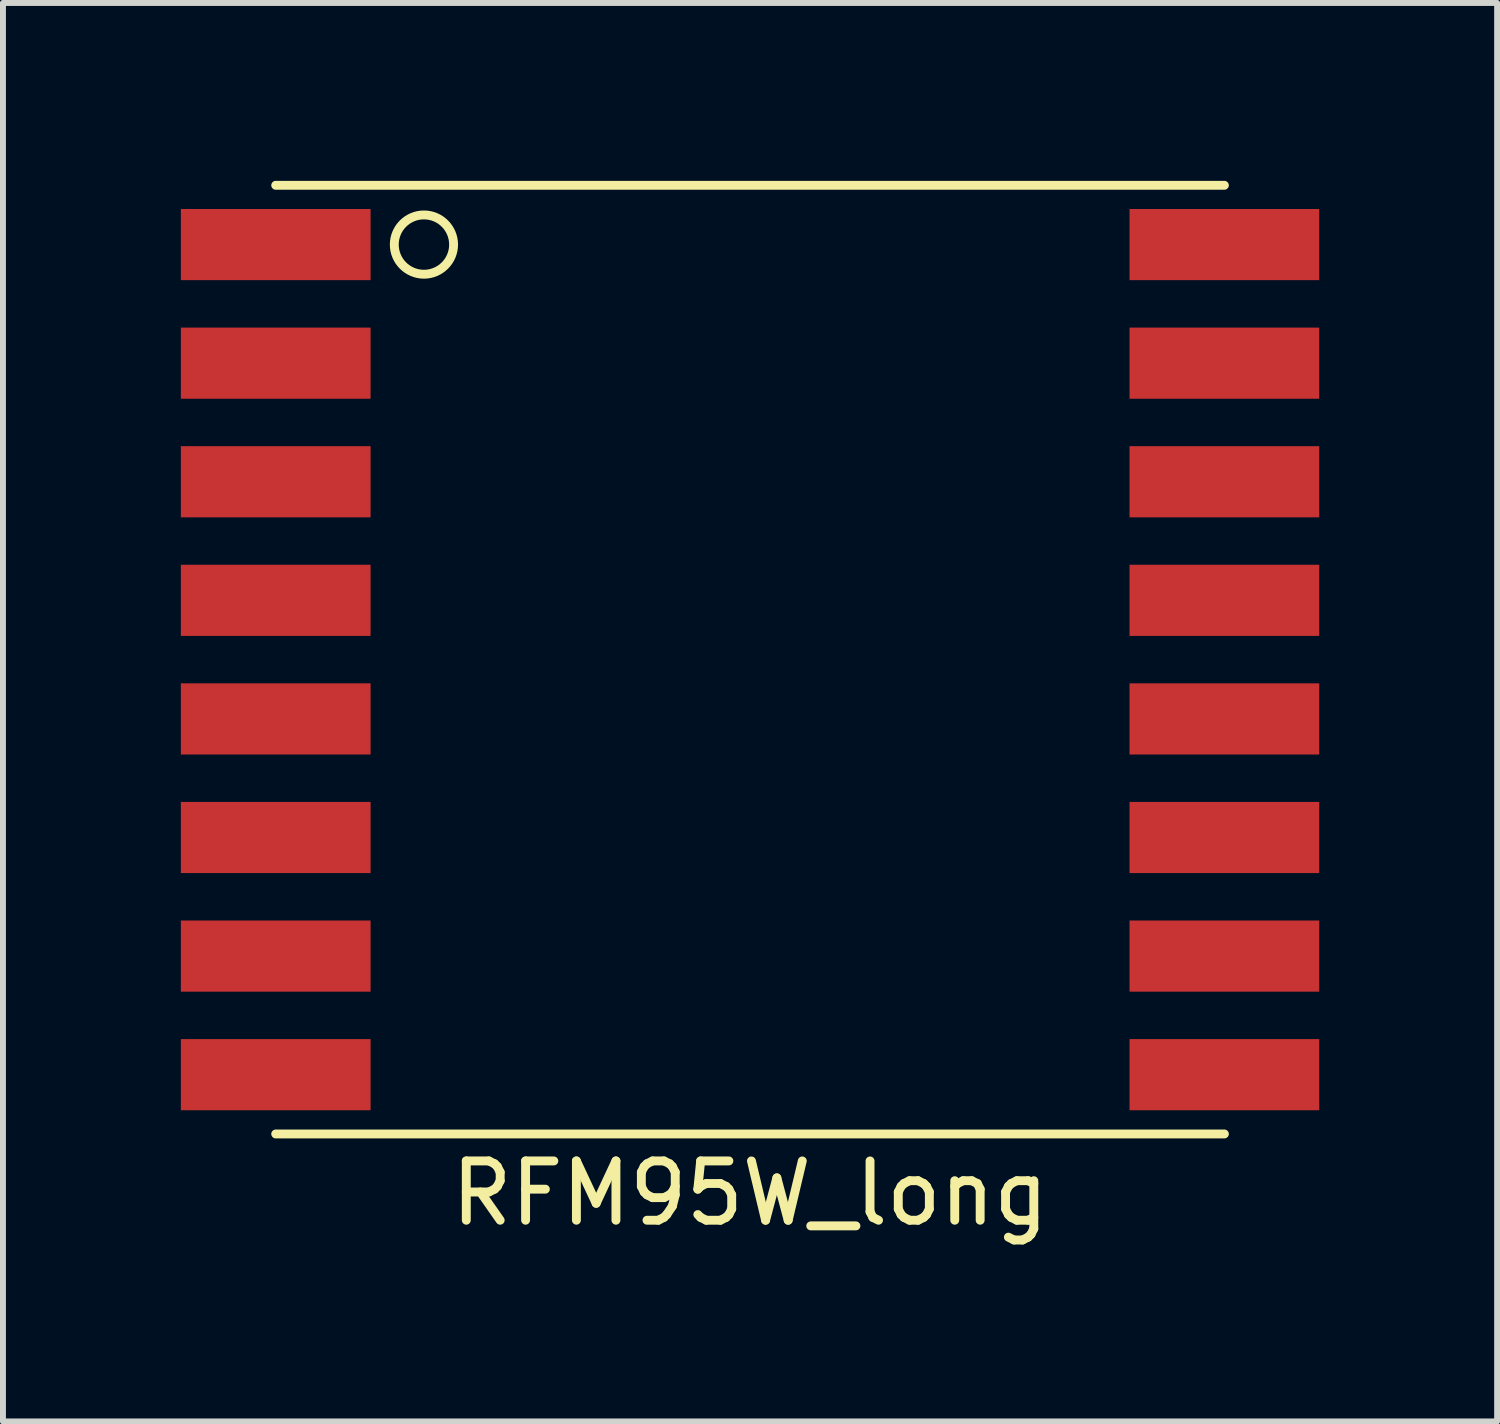
<source format=kicad_pcb>
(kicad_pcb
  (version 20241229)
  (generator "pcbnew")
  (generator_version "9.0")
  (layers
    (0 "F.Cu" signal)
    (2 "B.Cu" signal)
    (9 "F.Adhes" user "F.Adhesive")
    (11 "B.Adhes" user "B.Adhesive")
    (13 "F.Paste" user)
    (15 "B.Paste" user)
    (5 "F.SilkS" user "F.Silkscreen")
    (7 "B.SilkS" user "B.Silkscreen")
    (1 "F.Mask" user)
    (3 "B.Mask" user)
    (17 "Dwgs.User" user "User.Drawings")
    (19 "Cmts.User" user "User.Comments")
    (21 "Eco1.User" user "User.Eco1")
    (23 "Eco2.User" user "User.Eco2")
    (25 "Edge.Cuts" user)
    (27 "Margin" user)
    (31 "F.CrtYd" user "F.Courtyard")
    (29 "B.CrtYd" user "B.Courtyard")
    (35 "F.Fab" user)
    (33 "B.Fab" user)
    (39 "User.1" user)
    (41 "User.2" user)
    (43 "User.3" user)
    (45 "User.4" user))
  (footprint "RFM95W_long"
    (layer "F.Cu")
    (at 9.6 8.075)
    (property "Reference" "RFM95W_long" (at 0 9 0) (layer "F.SilkS") (effects (font (size 1 1) (thickness 0.15))))
    (attr smd)
    (fp_line (start -8 -8) (end 8 -8) (stroke (width 0.15) (type solid)) (layer "F.SilkS"))
    (fp_line (start -8 8) (end 8 8) (stroke (width 0.15) (type solid)) (layer "F.SilkS"))
    (fp_circle (center -5.5 -7) (end -5.5 -6.5) (stroke (width 0.15) (type solid)) (fill no) (layer "F.SilkS"))
    (pad "1" smd rect (at -8 -7) (size 3.2 1.2) (layers "F.Cu" "F.Mask" "F.Paste"))
    (pad "2" smd rect (at -8 -5) (size 3.2 1.2) (layers "F.Cu" "F.Mask" "F.Paste"))
    (pad "3" smd rect (at -8 -3) (size 3.2 1.2) (layers "F.Cu" "F.Mask" "F.Paste"))
    (pad "4" smd rect (at -8 -1) (size 3.2 1.2) (layers "F.Cu" "F.Mask" "F.Paste"))
    (pad "5" smd rect (at -8 1) (size 3.2 1.2) (layers "F.Cu" "F.Mask" "F.Paste"))
    (pad "6" smd rect (at -8 3) (size 3.2 1.2) (layers "F.Cu" "F.Mask" "F.Paste"))
    (pad "7" smd rect (at -8 5) (size 3.2 1.2) (layers "F.Cu" "F.Mask" "F.Paste"))
    (pad "8" smd rect (at -8 7) (size 3.2 1.2) (layers "F.Cu" "F.Mask" "F.Paste"))
    (pad "9" smd rect (at 8 7) (size 3.2 1.2) (layers "F.Cu" "F.Mask" "F.Paste"))
    (pad "10" smd rect (at 8 5) (size 3.2 1.2) (layers "F.Cu" "F.Mask" "F.Paste"))
    (pad "11" smd rect (at 8 3) (size 3.2 1.2) (layers "F.Cu" "F.Mask" "F.Paste"))
    (pad "12" smd rect (at 8 1) (size 3.2 1.2) (layers "F.Cu" "F.Mask" "F.Paste"))
    (pad "13" smd rect (at 8 -1) (size 3.2 1.2) (layers "F.Cu" "F.Mask" "F.Paste"))
    (pad "14" smd rect (at 8 -3) (size 3.2 1.2) (layers "F.Cu" "F.Mask" "F.Paste"))
    (pad "15" smd rect (at 8 -5) (size 3.2 1.2) (layers "F.Cu" "F.Mask" "F.Paste"))
    (pad "16" smd rect (at 8 -7) (size 3.2 1.2) (layers "F.Cu" "F.Mask" "F.Paste")))
  (gr_rect
    (start -3 -3)
    (end 22.2 20.923)
    (stroke (width 0.1) (type default))
    (fill no)
    (layer "Edge.Cuts")))
</source>
